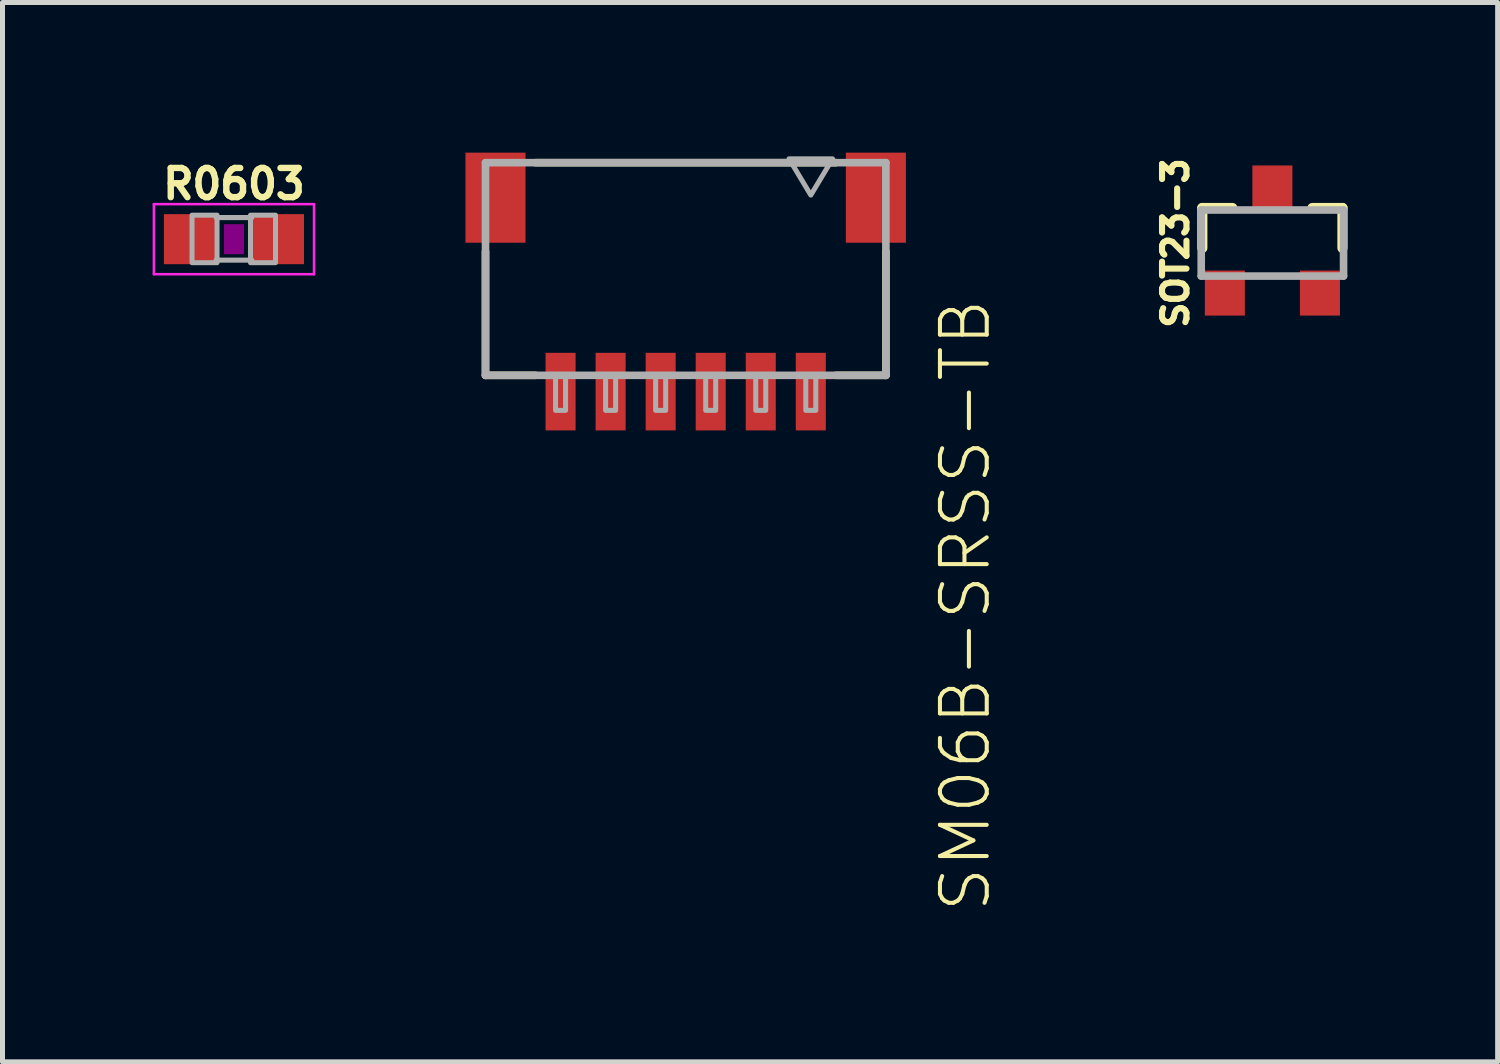
<source format=kicad_pcb>
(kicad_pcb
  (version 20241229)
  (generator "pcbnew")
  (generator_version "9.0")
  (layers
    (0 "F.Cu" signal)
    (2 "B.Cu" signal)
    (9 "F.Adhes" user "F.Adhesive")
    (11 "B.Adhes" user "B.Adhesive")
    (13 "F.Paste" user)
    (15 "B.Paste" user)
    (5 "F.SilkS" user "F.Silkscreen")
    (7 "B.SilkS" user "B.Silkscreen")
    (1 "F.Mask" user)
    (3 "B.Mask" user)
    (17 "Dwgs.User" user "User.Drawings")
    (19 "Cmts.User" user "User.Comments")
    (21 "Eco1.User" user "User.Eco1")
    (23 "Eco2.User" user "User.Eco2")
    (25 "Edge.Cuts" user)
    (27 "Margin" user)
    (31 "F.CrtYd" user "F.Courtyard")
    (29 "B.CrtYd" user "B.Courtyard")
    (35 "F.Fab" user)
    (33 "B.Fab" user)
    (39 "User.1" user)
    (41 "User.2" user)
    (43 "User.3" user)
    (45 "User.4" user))
  (footprint "R0603"
    (layer "F.Cu")
    (at 1.625 1.729)
    (property "Reference" "R0603" (at 0 -0.762 0) (layer "F.SilkS") (effects (font (size 0.583 0.583) (thickness 0.128)) (justify bottom)))
    (fp_poly (pts (xy -0.2 0.3) (xy 0.2 0.3) (xy 0.2 -0.3) (xy -0.2 -0.3)) (stroke (width 0) (type solid)) (fill yes) (layer "F.Adhes"))
    (fp_line (start -1.6 -0.7) (end 1.6 -0.7) (stroke (width 0.051) (type solid)) (layer "F.CrtYd"))
    (fp_line (start -1.6 0.7) (end -1.6 -0.7) (stroke (width 0.051) (type solid)) (layer "F.CrtYd"))
    (fp_line (start 1.6 -0.7) (end 1.6 0.7) (stroke (width 0.051) (type solid)) (layer "F.CrtYd"))
    (fp_line (start 1.6 0.7) (end -1.6 0.7) (stroke (width 0.051) (type solid)) (layer "F.CrtYd"))
    (fp_line (start -0.356 -0.432) (end 0.356 -0.432) (stroke (width 0.102) (type solid)) (layer "F.Fab"))
    (fp_line (start -0.356 0.419) (end 0.356 0.419) (stroke (width 0.102) (type solid)) (layer "F.Fab"))
    (fp_poly (pts (xy -0.838 0.47) (xy -0.338 0.47) (xy -0.338 -0.48) (xy -0.838 -0.48)) (stroke (width 0.1) (type solid)) (fill no) (layer "F.Fab"))
    (fp_poly (pts (xy 0.33 0.47) (xy 0.83 0.47) (xy 0.83 -0.48) (xy 0.33 -0.48)) (stroke (width 0.1) (type solid)) (fill no) (layer "F.Fab"))
    (pad "1" smd rect (at -0.85 0) (size 1.1 1) (layers "F.Cu" "F.Mask" "F.Paste"))
    (pad "2" smd rect (at 0.85 0) (size 1.1 1) (layers "F.Cu" "F.Mask" "F.Paste")))
  (footprint "SM06B-SRSS-TB"
    (layer "F.Cu")
    (at 10.651 4.775)
    (property "Reference" "SM06B-SRSS-TB" (at 5.04 -1.905 90) (layer "F.SilkS") (effects (font (size 0.935 0.935) (thickness 0.081)) (justify right top)))
    (fp_line (start -4 -0.325) (end -4 -2.8) (stroke (width 0.152) (type solid)) (layer "F.SilkS"))
    (fp_line (start -3 -4.575) (end 3 -4.575) (stroke (width 0.152) (type solid)) (layer "F.SilkS"))
    (fp_line (start -3 -0.325) (end -4 -0.325) (stroke (width 0.152) (type solid)) (layer "F.SilkS"))
    (fp_line (start 4 -2.8) (end 4 -0.325) (stroke (width 0.152) (type solid)) (layer "F.SilkS"))
    (fp_line (start 4 -0.325) (end 3 -0.325) (stroke (width 0.152) (type solid)) (layer "F.SilkS"))
    (fp_line (start -4 -4.575) (end 4 -4.575) (stroke (width 0.152) (type solid)) (layer "F.Fab"))
    (fp_line (start -4 -0.325) (end -4 -4.575) (stroke (width 0.152) (type solid)) (layer "F.Fab"))
    (fp_line (start 4 -4.575) (end 4 -0.325) (stroke (width 0.152) (type solid)) (layer "F.Fab"))
    (fp_line (start 4 -0.325) (end -4 -0.325) (stroke (width 0.152) (type solid)) (layer "F.Fab"))
    (fp_poly (pts (xy 2.5 -3.927) (xy 2.065 -4.651) (xy 2.935 -4.651)) (stroke (width 0.1) (type solid)) (fill no) (layer "F.Fab"))
    (fp_poly (pts (xy -2.6 0.375) (xy -2.4 0.375) (xy -2.4 -0.325) (xy -2.6 -0.325)) (stroke (width 0.1) (type solid)) (fill no) (layer "F.Fab"))
    (fp_poly (pts (xy -1.6 0.375) (xy -1.4 0.375) (xy -1.4 -0.325) (xy -1.6 -0.325)) (stroke (width 0.1) (type solid)) (fill no) (layer "F.Fab"))
    (fp_poly (pts (xy -0.6 0.375) (xy -0.4 0.375) (xy -0.4 -0.325) (xy -0.6 -0.325)) (stroke (width 0.1) (type solid)) (fill no) (layer "F.Fab"))
    (fp_poly (pts (xy 0.4 0.375) (xy 0.6 0.375) (xy 0.6 -0.325) (xy 0.4 -0.325)) (stroke (width 0.1) (type solid)) (fill no) (layer "F.Fab"))
    (fp_poly (pts (xy 1.4 0.375) (xy 1.6 0.375) (xy 1.6 -0.325) (xy 1.4 -0.325)) (stroke (width 0.1) (type solid)) (fill no) (layer "F.Fab"))
    (fp_poly (pts (xy 2.4 0.375) (xy 2.6 0.375) (xy 2.6 -0.325) (xy 2.4 -0.325)) (stroke (width 0.1) (type solid)) (fill no) (layer "F.Fab"))
    (pad "1" smd rect (at 2.5 0) (size 0.6 1.55) (layers "F.Cu" "F.Mask" "F.Paste"))
    (pad "2" smd rect (at 1.5 0) (size 0.6 1.55) (layers "F.Cu" "F.Mask" "F.Paste"))
    (pad "3" smd rect (at 0.5 0) (size 0.6 1.55) (layers "F.Cu" "F.Mask" "F.Paste"))
    (pad "4" smd rect (at -0.5 0) (size 0.6 1.55) (layers "F.Cu" "F.Mask" "F.Paste"))
    (pad "5" smd rect (at -1.5 0) (size 0.6 1.55) (layers "F.Cu" "F.Mask" "F.Paste"))
    (pad "6" smd rect (at -2.5 0) (size 0.6 1.55) (layers "F.Cu" "F.Mask" "F.Paste"))
    (pad "M1" smd rect (at 3.8 -3.875) (size 1.2 1.8) (layers "F.Cu" "F.Mask" "F.Paste"))
    (pad "M2" smd rect (at -3.8 -3.875) (size 1.2 1.8) (layers "F.Cu" "F.Mask" "F.Paste")))
  (footprint "SOT23-3"
    (layer "F.Cu")
    (at 22.374 1.806)
    (property "Reference" "SOT23-3" (at -1.651 0 90) (layer "F.SilkS") (effects (font (size 0.488 0.488) (thickness 0.122)) (justify bottom)))
    (fp_line (start -1.4 -0.7) (end -1.4 0.1) (stroke (width 0.203) (type solid)) (layer "F.SilkS"))
    (fp_line (start -0.8 -0.7) (end -1.4 -0.7) (stroke (width 0.203) (type solid)) (layer "F.SilkS"))
    (fp_line (start 0.8 -0.7) (end 1.4 -0.7) (stroke (width 0.203) (type solid)) (layer "F.SilkS"))
    (fp_line (start 1.4 -0.7) (end 1.4 0.1) (stroke (width 0.203) (type solid)) (layer "F.SilkS"))
    (fp_line (start -1.422 -0.66) (end 1.422 -0.66) (stroke (width 0.152) (type solid)) (layer "F.Fab"))
    (fp_line (start -1.422 0.66) (end -1.422 -0.66) (stroke (width 0.152) (type solid)) (layer "F.Fab"))
    (fp_line (start 1.422 -0.66) (end 1.422 0.66) (stroke (width 0.152) (type solid)) (layer "F.Fab"))
    (fp_line (start 1.422 0.66) (end -1.422 0.66) (stroke (width 0.152) (type solid)) (layer "F.Fab"))
    (pad "1" smd rect (at -0.95 1) (size 0.8 0.9) (layers "F.Cu" "F.Mask" "F.Paste"))
    (pad "2" smd rect (at 0.95 1) (size 0.8 0.9) (layers "F.Cu" "F.Mask" "F.Paste"))
    (pad "3" smd rect (at 0 -1.1) (size 0.8 0.9) (layers "F.Cu" "F.Mask" "F.Paste")))
  (gr_rect
    (start -3 -3)
    (end 26.875 18.167)
    (stroke (width 0.1) (type default))
    (fill no)
    (layer "Edge.Cuts")))
</source>
